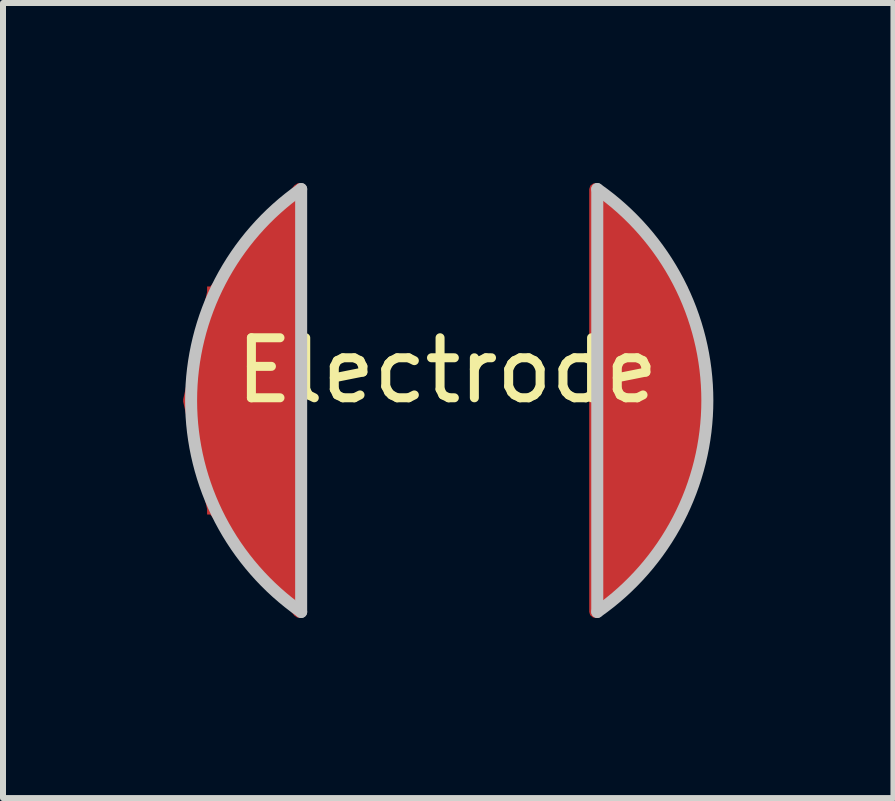
<source format=kicad_pcb>
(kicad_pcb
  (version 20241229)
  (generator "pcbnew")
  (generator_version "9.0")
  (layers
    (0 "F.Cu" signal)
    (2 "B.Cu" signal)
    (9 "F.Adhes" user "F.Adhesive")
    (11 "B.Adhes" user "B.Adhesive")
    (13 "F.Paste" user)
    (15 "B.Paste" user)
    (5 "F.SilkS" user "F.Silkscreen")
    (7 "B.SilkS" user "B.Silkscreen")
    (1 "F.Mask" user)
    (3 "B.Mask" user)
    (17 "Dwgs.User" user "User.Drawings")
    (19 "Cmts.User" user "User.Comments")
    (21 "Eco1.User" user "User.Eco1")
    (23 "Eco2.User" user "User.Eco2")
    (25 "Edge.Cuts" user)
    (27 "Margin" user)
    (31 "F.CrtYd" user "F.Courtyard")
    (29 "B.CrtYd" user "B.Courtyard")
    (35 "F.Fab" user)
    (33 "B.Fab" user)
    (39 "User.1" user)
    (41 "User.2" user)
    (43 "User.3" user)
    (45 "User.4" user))
  (footprint "Electrode"
    (layer "F.Cu")
    (at 4.4 3.622)
    (property "Reference" "Electrode" (at 0 -0.5 0) (unlocked yes) (layer "F.SilkS") (effects (font (size 1 1) (thickness 0.15))))
    (attr smd)
    (fp_line (start -2.433 -3.522) (end -2.433 3.522) (stroke (width 0.2) (type solid)) (layer "Dwgs.User"))
    (fp_line (start 2.5 -3.522) (end 2.5 3.522) (stroke (width 0.2) (type solid)) (layer "Dwgs.User"))
    (fp_arc (start -2.432758 3.522354) (mid -4.266379 0) (end -2.432758 -3.522354) (stroke (width 0.2) (type solid)) (layer "Dwgs.User"))
    (fp_arc (start 2.5 -3.522354) (mid 4.333621 0) (end 2.5 3.522354) (stroke (width 0.2) (type solid)) (layer "Dwgs.User"))
    (pad "1" smd custom (at 3.2 0) (size 1.6 3.8) (layers "F.Cu" "F.Mask" "F.Paste") (options (anchor rect)) (primitives (gr_poly (pts (xy -0.734 3.522) (xy 0.7 1.8) (xy 1.1 0) (xy 0.7 -1.8) (xy -0.734 -3.522)) (width 0.2) (fill yes))))
    (pad "2" smd custom (at -3.2 0 180) (size 1.6 3.8) (layers "F.Cu" "F.Mask" "F.Paste") (options (anchor rect)) (primitives (gr_poly (pts (xy -0.734 3.522) (xy 0.7 1.8) (xy 1.1 0) (xy 0.7 -1.8) (xy -0.734 -3.522)) (width 0.2) (fill yes)))))
  (gr_rect
    (start -3 -3)
    (end 11.834 10.245)
    (stroke (width 0.1) (type default))
    (fill no)
    (layer "Edge.Cuts")))
</source>
